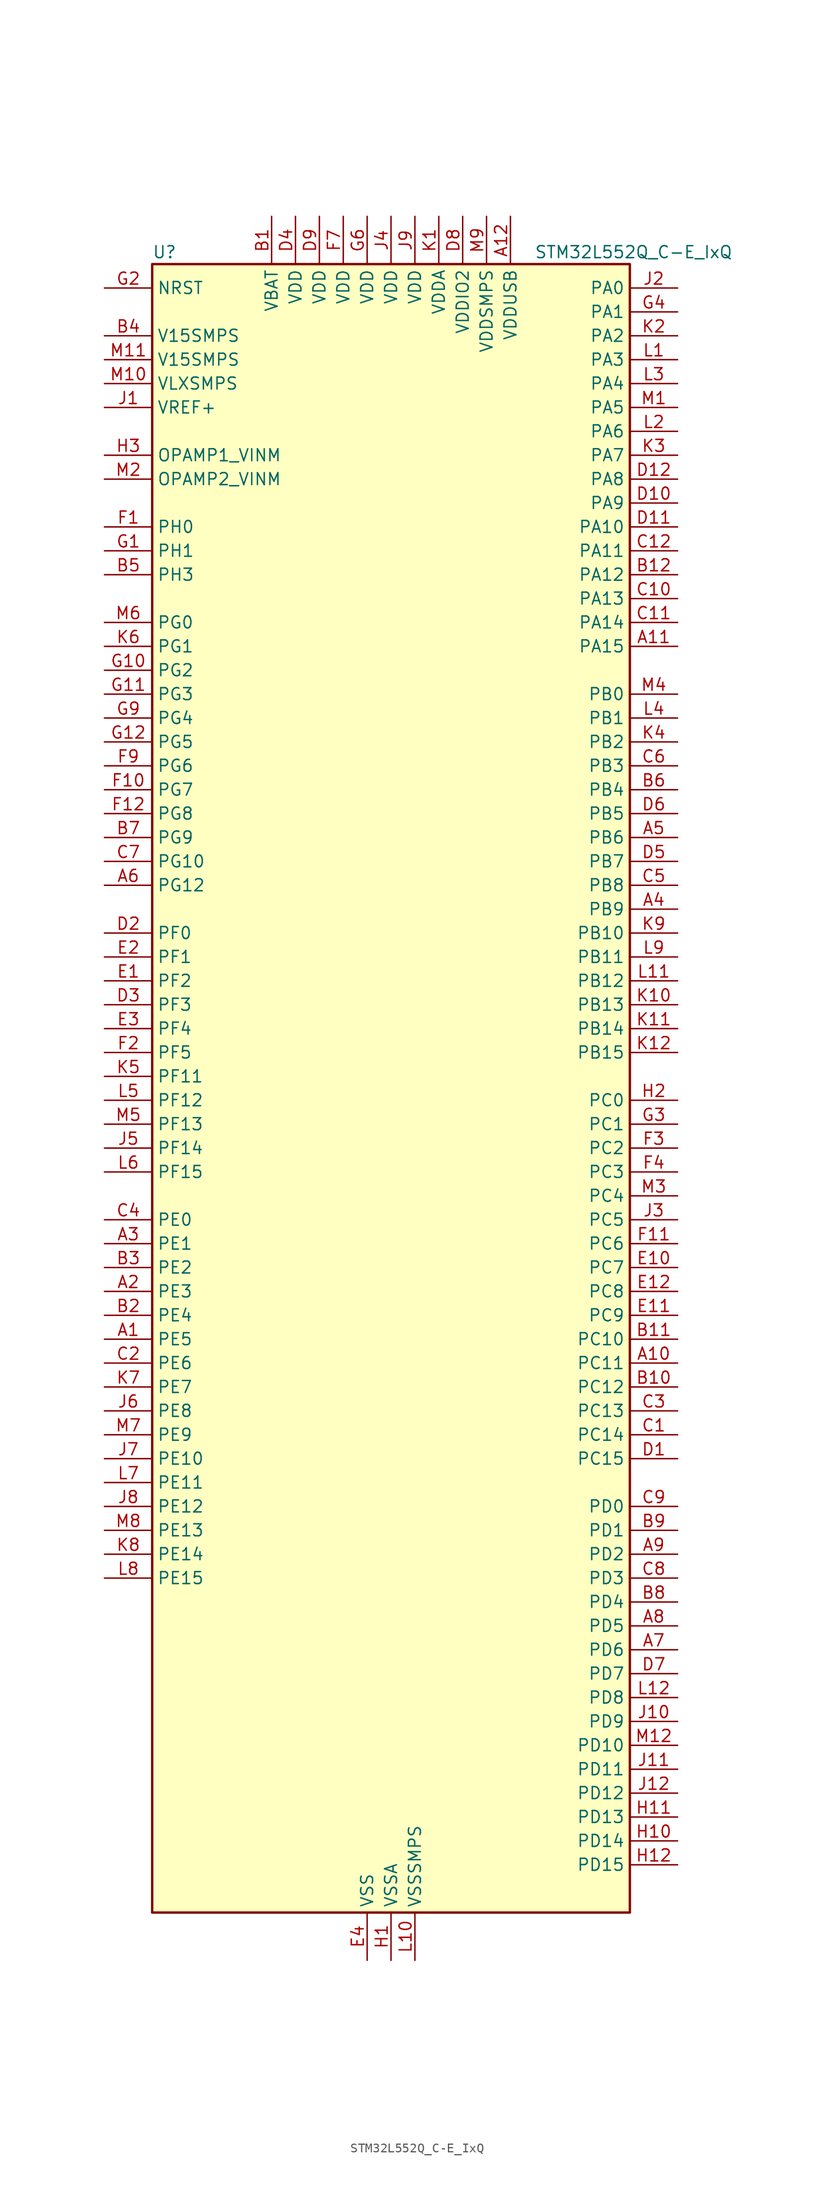
<source format=kicad_sym>
(kicad_symbol_lib
  (version 20231120)
  (generator "kicad_symbol_editor")
  (generator_version "8.0")
  (symbol "STM32L552Q_C-E_IxQ"
    (property "Reference" "U"
      (at -25.4 90.17 0)
      (effects (font (size 1.27 1.27)) (justify left)))
    (property "Value" "STM32L552Q_C-E_IxQ"
      (at 15.24 90.17 0)
      (effects (font (size 1.27 1.27)) (justify left)))
    (property "ki_locked" ""
      (at 0 0 0)
      (effects (font (size 1.27 1.27))))
    (symbol "STM32L552Q_C-E_IxQ_0_1"
      (rectangle (start -25.4 -86.36) (end 25.4 88.9) (stroke (width 0.254) (type default)) (fill (type background))))
    (symbol "STM32L552Q_C-E_IxQ_1_1"
      (pin bidirectional line (at -30.48 -25.4 0) (length 5.08) (name "PE5" (effects (font (size 1.27 1.27)))) (number "A1" (effects (font (size 1.27 1.27)))) (alternate "DEBUG_TRACED2" bidirectional line) (alternate "DFSDM1_CKIN3" bidirectional line) (alternate "FMC_A21" bidirectional line) (alternate "SAI1_CK2" bidirectional line) (alternate "SAI1_SCK_A" bidirectional line) (alternate "TIM3_CH3" bidirectional line) (alternate "TSC_G7_IO4" bidirectional line))
      (pin bidirectional line (at 30.48 -27.94 180) (length 5.08) (name "PC11" (effects (font (size 1.27 1.27)))) (number "A10" (effects (font (size 1.27 1.27)))) (alternate "ADC1_EXTI11" bidirectional line) (alternate "ADC2_EXTI11" bidirectional line) (alternate "LPTIM3_IN1" bidirectional line) (alternate "OCTOSPI1_NCS" bidirectional line) (alternate "SAI2_MCLK_B" bidirectional line) (alternate "SDMMC1_D3" bidirectional line) (alternate "SPI3_MISO" bidirectional line) (alternate "TSC_G3_IO3" bidirectional line) (alternate "UART4_RX" bidirectional line) (alternate "UCPD1_FRSTX2" bidirectional line) (alternate "USART3_RX" bidirectional line))
      (pin bidirectional line (at 30.48 48.26 180) (length 5.08) (name "PA15" (effects (font (size 1.27 1.27)))) (number "A11" (effects (font (size 1.27 1.27)))) (alternate "ADC1_EXTI15" bidirectional line) (alternate "ADC2_EXTI15" bidirectional line) (alternate "DEBUG_JTDI" bidirectional line) (alternate "SAI2_FS_B" bidirectional line) (alternate "SPI1_NSS" bidirectional line) (alternate "SPI3_NSS" bidirectional line) (alternate "TIM2_CH1" bidirectional line) (alternate "TIM2_ETR" bidirectional line) (alternate "UART4_DE" bidirectional line) (alternate "UART4_RTS" bidirectional line) (alternate "UCPD1_CC1" bidirectional line) (alternate "USART2_RX" bidirectional line) (alternate "USART3_DE" bidirectional line) (alternate "USART3_RTS" bidirectional line))
      (pin power_in line (at 12.7 93.98 270) (length 5.08) (name "VDDUSB" (effects (font (size 1.27 1.27)))) (number "A12" (effects (font (size 1.27 1.27)))))
      (pin bidirectional line (at -30.48 -20.32 0) (length 5.08) (name "PE3" (effects (font (size 1.27 1.27)))) (number "A2" (effects (font (size 1.27 1.27)))) (alternate "DEBUG_TRACED0" bidirectional line) (alternate "FMC_A19" bidirectional line) (alternate "OCTOSPI1_DQS" bidirectional line) (alternate "SAI1_SD_B" bidirectional line) (alternate "TIM3_CH1" bidirectional line) (alternate "TSC_G7_IO2" bidirectional line))
      (pin bidirectional line (at -30.48 -15.24 0) (length 5.08) (name "PE1" (effects (font (size 1.27 1.27)))) (number "A3" (effects (font (size 1.27 1.27)))) (alternate "FMC_NBL1" bidirectional line) (alternate "TIM17_CH1" bidirectional line))
      (pin bidirectional line (at 30.48 20.32 180) (length 5.08) (name "PB9" (effects (font (size 1.27 1.27)))) (number "A4" (effects (font (size 1.27 1.27)))) (alternate "DAC1_EXTI9" bidirectional line) (alternate "FDCAN1_TX" bidirectional line) (alternate "I2C1_SDA" bidirectional line) (alternate "IR_OUT" bidirectional line) (alternate "SAI1_D2" bidirectional line) (alternate "SAI1_FS_A" bidirectional line) (alternate "SDMMC1_CDIR" bidirectional line) (alternate "SDMMC1_D5" bidirectional line) (alternate "SPI2_NSS" bidirectional line) (alternate "TIM17_CH1" bidirectional line) (alternate "TIM4_CH4" bidirectional line))
      (pin bidirectional line (at 30.48 27.94 180) (length 5.08) (name "PB6" (effects (font (size 1.27 1.27)))) (number "A5" (effects (font (size 1.27 1.27)))) (alternate "COMP2_INP" bidirectional line) (alternate "I2C1_SCL" bidirectional line) (alternate "I2C4_SCL" bidirectional line) (alternate "LPTIM1_ETR" bidirectional line) (alternate "SAI1_FS_B" bidirectional line) (alternate "TIM16_CH1N" bidirectional line) (alternate "TIM4_CH1" bidirectional line) (alternate "TIM8_BKIN2" bidirectional line) (alternate "TSC_G2_IO3" bidirectional line) (alternate "USART1_TX" bidirectional line))
      (pin bidirectional line (at -30.48 22.86 0) (length 5.08) (name "PG12" (effects (font (size 1.27 1.27)))) (number "A6" (effects (font (size 1.27 1.27)))) (alternate "FMC_NE4" bidirectional line) (alternate "LPTIM1_ETR" bidirectional line) (alternate "SAI2_SD_A" bidirectional line) (alternate "SPI3_NSS" bidirectional line) (alternate "USART1_DE" bidirectional line) (alternate "USART1_RTS" bidirectional line))
      (pin bidirectional line (at 30.48 -58.42 180) (length 5.08) (name "PD6" (effects (font (size 1.27 1.27)))) (number "A7" (effects (font (size 1.27 1.27)))) (alternate "DFSDM1_DATIN1" bidirectional line) (alternate "FMC_NWAIT" bidirectional line) (alternate "OCTOSPI1_IO6" bidirectional line) (alternate "SAI1_D1" bidirectional line) (alternate "SAI1_SD_A" bidirectional line) (alternate "SPI3_MOSI" bidirectional line) (alternate "USART2_RX" bidirectional line))
      (pin bidirectional line (at 30.48 -55.88 180) (length 5.08) (name "PD5" (effects (font (size 1.27 1.27)))) (number "A8" (effects (font (size 1.27 1.27)))) (alternate "FMC_NWE" bidirectional line) (alternate "OCTOSPI1_IO5" bidirectional line) (alternate "USART2_TX" bidirectional line))
      (pin bidirectional line (at 30.48 -48.26 180) (length 5.08) (name "PD2" (effects (font (size 1.27 1.27)))) (number "A9" (effects (font (size 1.27 1.27)))) (alternate "DEBUG_TRACED2" bidirectional line) (alternate "SDMMC1_CMD" bidirectional line) (alternate "TIM3_ETR" bidirectional line) (alternate "TSC_SYNC" bidirectional line) (alternate "UART5_RX" bidirectional line) (alternate "USART3_DE" bidirectional line) (alternate "USART3_RTS" bidirectional line))
      (pin power_in line (at -12.7 93.98 270) (length 5.08) (name "VBAT" (effects (font (size 1.27 1.27)))) (number "B1" (effects (font (size 1.27 1.27)))))
      (pin bidirectional line (at 30.48 -30.48 180) (length 5.08) (name "PC12" (effects (font (size 1.27 1.27)))) (number "B10" (effects (font (size 1.27 1.27)))) (alternate "DEBUG_TRACED3" bidirectional line) (alternate "SAI2_SD_B" bidirectional line) (alternate "SDMMC1_CK" bidirectional line) (alternate "SPI3_MOSI" bidirectional line) (alternate "TSC_G3_IO4" bidirectional line) (alternate "UART5_TX" bidirectional line) (alternate "USART3_CK" bidirectional line))
      (pin bidirectional line (at 30.48 -25.4 180) (length 5.08) (name "PC10" (effects (font (size 1.27 1.27)))) (number "B11" (effects (font (size 1.27 1.27)))) (alternate "DEBUG_TRACED1" bidirectional line) (alternate "LPTIM3_ETR" bidirectional line) (alternate "SAI2_SCK_B" bidirectional line) (alternate "SDMMC1_D2" bidirectional line) (alternate "SPI3_SCK" bidirectional line) (alternate "TSC_G3_IO2" bidirectional line) (alternate "UART4_TX" bidirectional line) (alternate "USART3_TX" bidirectional line))
      (pin bidirectional line (at 30.48 55.88 180) (length 5.08) (name "PA12" (effects (font (size 1.27 1.27)))) (number "B12" (effects (font (size 1.27 1.27)))) (alternate "FDCAN1_TX" bidirectional line) (alternate "SPI1_MOSI" bidirectional line) (alternate "TIM1_ETR" bidirectional line) (alternate "USART1_DE" bidirectional line) (alternate "USART1_RTS" bidirectional line) (alternate "USB_DP" bidirectional line))
      (pin bidirectional line (at -30.48 -22.86 0) (length 5.08) (name "PE4" (effects (font (size 1.27 1.27)))) (number "B2" (effects (font (size 1.27 1.27)))) (alternate "DEBUG_TRACED1" bidirectional line) (alternate "DFSDM1_DATIN3" bidirectional line) (alternate "FMC_A20" bidirectional line) (alternate "SAI1_D2" bidirectional line) (alternate "SAI1_FS_A" bidirectional line) (alternate "TIM3_CH2" bidirectional line) (alternate "TSC_G7_IO3" bidirectional line))
      (pin bidirectional line (at -30.48 -17.78 0) (length 5.08) (name "PE2" (effects (font (size 1.27 1.27)))) (number "B3" (effects (font (size 1.27 1.27)))) (alternate "DEBUG_TRACECLK" bidirectional line) (alternate "FMC_A23" bidirectional line) (alternate "SAI1_CK1" bidirectional line) (alternate "SAI1_MCLK_A" bidirectional line) (alternate "TIM3_ETR" bidirectional line) (alternate "TSC_G7_IO1" bidirectional line))
      (pin power_in line (at -30.48 81.28 0) (length 5.08) (name "V15SMPS" (effects (font (size 1.27 1.27)))) (number "B4" (effects (font (size 1.27 1.27)))))
      (pin bidirectional line (at -30.48 55.88 0) (length 5.08) (name "PH3" (effects (font (size 1.27 1.27)))) (number "B5" (effects (font (size 1.27 1.27)))))
      (pin bidirectional line (at 30.48 33.02 180) (length 5.08) (name "PB4" (effects (font (size 1.27 1.27)))) (number "B6" (effects (font (size 1.27 1.27)))) (alternate "COMP2_INP" bidirectional line) (alternate "DEBUG_JTRST" bidirectional line) (alternate "I2C3_SDA" bidirectional line) (alternate "SAI1_MCLK_B" bidirectional line) (alternate "SPI1_MISO" bidirectional line) (alternate "SPI3_MISO" bidirectional line) (alternate "TIM17_BKIN" bidirectional line) (alternate "TIM3_CH1" bidirectional line) (alternate "TSC_G2_IO1" bidirectional line) (alternate "UART5_DE" bidirectional line) (alternate "UART5_RTS" bidirectional line) (alternate "USART1_CTS" bidirectional line) (alternate "USART1_NSS" bidirectional line))
      (pin bidirectional line (at -30.48 27.94 0) (length 5.08) (name "PG9" (effects (font (size 1.27 1.27)))) (number "B7" (effects (font (size 1.27 1.27)))) (alternate "DAC1_EXTI9" bidirectional line) (alternate "FMC_NCE" bidirectional line) (alternate "FMC_NE2" bidirectional line) (alternate "SAI2_SCK_A" bidirectional line) (alternate "SPI3_SCK" bidirectional line) (alternate "TIM15_CH1N" bidirectional line) (alternate "USART1_TX" bidirectional line))
      (pin bidirectional line (at 30.48 -53.34 180) (length 5.08) (name "PD4" (effects (font (size 1.27 1.27)))) (number "B8" (effects (font (size 1.27 1.27)))) (alternate "DFSDM1_CKIN0" bidirectional line) (alternate "FMC_NOE" bidirectional line) (alternate "OCTOSPI1_IO4" bidirectional line) (alternate "SPI2_MOSI" bidirectional line) (alternate "USART2_DE" bidirectional line) (alternate "USART2_RTS" bidirectional line))
      (pin bidirectional line (at 30.48 -45.72 180) (length 5.08) (name "PD1" (effects (font (size 1.27 1.27)))) (number "B9" (effects (font (size 1.27 1.27)))) (alternate "FDCAN1_TX" bidirectional line) (alternate "FMC_D3" bidirectional line) (alternate "FMC_DA3" bidirectional line) (alternate "SPI2_SCK" bidirectional line))
      (pin bidirectional line (at 30.48 -35.56 180) (length 5.08) (name "PC14" (effects (font (size 1.27 1.27)))) (number "C1" (effects (font (size 1.27 1.27)))) (alternate "RCC_OSC32_IN" bidirectional line))
      (pin bidirectional line (at 30.48 53.34 180) (length 5.08) (name "PA13" (effects (font (size 1.27 1.27)))) (number "C10" (effects (font (size 1.27 1.27)))) (alternate "DEBUG_JTMS-SWDIO" bidirectional line) (alternate "IR_OUT" bidirectional line) (alternate "SAI1_SD_B" bidirectional line) (alternate "USB_NOE" bidirectional line))
      (pin bidirectional line (at 30.48 50.8 180) (length 5.08) (name "PA14" (effects (font (size 1.27 1.27)))) (number "C11" (effects (font (size 1.27 1.27)))) (alternate "DEBUG_JTCK-SWCLK" bidirectional line) (alternate "I2C1_SMBA" bidirectional line) (alternate "I2C4_SMBA" bidirectional line) (alternate "LPTIM1_OUT" bidirectional line) (alternate "SAI1_FS_B" bidirectional line))
      (pin bidirectional line (at 30.48 58.42 180) (length 5.08) (name "PA11" (effects (font (size 1.27 1.27)))) (number "C12" (effects (font (size 1.27 1.27)))) (alternate "ADC1_EXTI11" bidirectional line) (alternate "ADC2_EXTI11" bidirectional line) (alternate "FDCAN1_RX" bidirectional line) (alternate "SPI1_MISO" bidirectional line) (alternate "TIM1_BKIN2" bidirectional line) (alternate "TIM1_CH4" bidirectional line) (alternate "USART1_CTS" bidirectional line) (alternate "USART1_NSS" bidirectional line) (alternate "USB_DM" bidirectional line))
      (pin bidirectional line (at -30.48 -27.94 0) (length 5.08) (name "PE6" (effects (font (size 1.27 1.27)))) (number "C2" (effects (font (size 1.27 1.27)))) (alternate "DEBUG_TRACED3" bidirectional line) (alternate "FMC_A22" bidirectional line) (alternate "PWR_WKUP3" bidirectional line) (alternate "SAI1_D1" bidirectional line) (alternate "SAI1_SD_A" bidirectional line) (alternate "TAMP_IN3" bidirectional line) (alternate "TAMP_OUT6" bidirectional line) (alternate "TIM3_CH4" bidirectional line))
      (pin bidirectional line (at 30.48 -33.02 180) (length 5.08) (name "PC13" (effects (font (size 1.27 1.27)))) (number "C3" (effects (font (size 1.27 1.27)))) (alternate "PWR_WKUP2" bidirectional line) (alternate "RTC_OUT1" bidirectional line) (alternate "RTC_TS" bidirectional line) (alternate "TAMP_IN1" bidirectional line) (alternate "TAMP_OUT2" bidirectional line))
      (pin bidirectional line (at -30.48 -12.7 0) (length 5.08) (name "PE0" (effects (font (size 1.27 1.27)))) (number "C4" (effects (font (size 1.27 1.27)))) (alternate "FMC_NBL0" bidirectional line) (alternate "TIM16_CH1" bidirectional line) (alternate "TIM4_ETR" bidirectional line))
      (pin bidirectional line (at 30.48 22.86 180) (length 5.08) (name "PB8" (effects (font (size 1.27 1.27)))) (number "C5" (effects (font (size 1.27 1.27)))) (alternate "DFSDM1_CKOUT" bidirectional line) (alternate "FDCAN1_RX" bidirectional line) (alternate "I2C1_SCL" bidirectional line) (alternate "SAI1_CK1" bidirectional line) (alternate "SAI1_MCLK_A" bidirectional line) (alternate "SDMMC1_CKIN" bidirectional line) (alternate "SDMMC1_D4" bidirectional line) (alternate "TIM16_CH1" bidirectional line) (alternate "TIM4_CH3" bidirectional line))
      (pin bidirectional line (at 30.48 35.56 180) (length 5.08) (name "PB3" (effects (font (size 1.27 1.27)))) (number "C6" (effects (font (size 1.27 1.27)))) (alternate "COMP2_INM" bidirectional line) (alternate "CRS_SYNC" bidirectional line) (alternate "DEBUG_JTDO-SWO" bidirectional line) (alternate "SAI1_SCK_B" bidirectional line) (alternate "SPI1_SCK" bidirectional line) (alternate "SPI3_SCK" bidirectional line) (alternate "TIM2_CH2" bidirectional line) (alternate "USART1_DE" bidirectional line) (alternate "USART1_RTS" bidirectional line))
      (pin bidirectional line (at -30.48 25.4 0) (length 5.08) (name "PG10" (effects (font (size 1.27 1.27)))) (number "C7" (effects (font (size 1.27 1.27)))) (alternate "FMC_NE3" bidirectional line) (alternate "LPTIM1_IN1" bidirectional line) (alternate "SAI2_FS_A" bidirectional line) (alternate "SPI3_MISO" bidirectional line) (alternate "TIM15_CH1" bidirectional line) (alternate "USART1_RX" bidirectional line))
      (pin bidirectional line (at 30.48 -50.8 180) (length 5.08) (name "PD3" (effects (font (size 1.27 1.27)))) (number "C8" (effects (font (size 1.27 1.27)))) (alternate "DFSDM1_DATIN0" bidirectional line) (alternate "FMC_CLK" bidirectional line) (alternate "SPI2_MISO" bidirectional line) (alternate "SPI2_SCK" bidirectional line) (alternate "USART2_CTS" bidirectional line) (alternate "USART2_NSS" bidirectional line))
      (pin bidirectional line (at 30.48 -43.18 180) (length 5.08) (name "PD0" (effects (font (size 1.27 1.27)))) (number "C9" (effects (font (size 1.27 1.27)))) (alternate "FDCAN1_RX" bidirectional line) (alternate "FMC_D2" bidirectional line) (alternate "FMC_DA2" bidirectional line) (alternate "SPI2_NSS" bidirectional line))
      (pin bidirectional line (at 30.48 -38.1 180) (length 5.08) (name "PC15" (effects (font (size 1.27 1.27)))) (number "D1" (effects (font (size 1.27 1.27)))) (alternate "ADC1_EXTI15" bidirectional line) (alternate "ADC2_EXTI15" bidirectional line) (alternate "RCC_OSC32_OUT" bidirectional line))
      (pin bidirectional line (at 30.48 63.5 180) (length 5.08) (name "PA9" (effects (font (size 1.27 1.27)))) (number "D10" (effects (font (size 1.27 1.27)))) (alternate "DAC1_EXTI9" bidirectional line) (alternate "SAI1_FS_A" bidirectional line) (alternate "SPI2_SCK" bidirectional line) (alternate "TIM15_BKIN" bidirectional line) (alternate "TIM1_CH2" bidirectional line) (alternate "USART1_TX" bidirectional line))
      (pin bidirectional line (at 30.48 60.96 180) (length 5.08) (name "PA10" (effects (font (size 1.27 1.27)))) (number "D11" (effects (font (size 1.27 1.27)))) (alternate "CRS_SYNC" bidirectional line) (alternate "SAI1_D1" bidirectional line) (alternate "SAI1_SD_A" bidirectional line) (alternate "TIM17_BKIN" bidirectional line) (alternate "TIM1_CH3" bidirectional line) (alternate "USART1_RX" bidirectional line))
      (pin bidirectional line (at 30.48 66.04 180) (length 5.08) (name "PA8" (effects (font (size 1.27 1.27)))) (number "D12" (effects (font (size 1.27 1.27)))) (alternate "LPTIM2_OUT" bidirectional line) (alternate "RCC_MCO" bidirectional line) (alternate "SAI1_CK2" bidirectional line) (alternate "SAI1_SCK_A" bidirectional line) (alternate "TIM1_CH1" bidirectional line) (alternate "USART1_CK" bidirectional line))
      (pin bidirectional line (at -30.48 17.78 0) (length 5.08) (name "PF0" (effects (font (size 1.27 1.27)))) (number "D2" (effects (font (size 1.27 1.27)))) (alternate "FMC_A0" bidirectional line) (alternate "I2C2_SDA" bidirectional line))
      (pin bidirectional line (at -30.48 10.16 0) (length 5.08) (name "PF3" (effects (font (size 1.27 1.27)))) (number "D3" (effects (font (size 1.27 1.27)))) (alternate "FMC_A3" bidirectional line) (alternate "LPTIM3_IN1" bidirectional line))
      (pin power_in line (at -10.16 93.98 270) (length 5.08) (name "VDD" (effects (font (size 1.27 1.27)))) (number "D4" (effects (font (size 1.27 1.27)))))
      (pin bidirectional line (at 30.48 25.4 180) (length 5.08) (name "PB7" (effects (font (size 1.27 1.27)))) (number "D5" (effects (font (size 1.27 1.27)))) (alternate "COMP2_INM" bidirectional line) (alternate "FMC_NL" bidirectional line) (alternate "I2C1_SDA" bidirectional line) (alternate "I2C4_SDA" bidirectional line) (alternate "LPTIM1_IN2" bidirectional line) (alternate "PWR_PVD_IN" bidirectional line) (alternate "TIM17_CH1N" bidirectional line) (alternate "TIM4_CH2" bidirectional line) (alternate "TIM8_BKIN" bidirectional line) (alternate "TSC_G2_IO4" bidirectional line) (alternate "UART4_CTS" bidirectional line) (alternate "USART1_RX" bidirectional line))
      (pin bidirectional line (at 30.48 30.48 180) (length 5.08) (name "PB5" (effects (font (size 1.27 1.27)))) (number "D6" (effects (font (size 1.27 1.27)))) (alternate "COMP2_OUT" bidirectional line) (alternate "I2C1_SMBA" bidirectional line) (alternate "LPTIM1_IN1" bidirectional line) (alternate "OCTOSPI1_NCLK" bidirectional line) (alternate "SAI1_SD_B" bidirectional line) (alternate "SPI1_MOSI" bidirectional line) (alternate "SPI3_MOSI" bidirectional line) (alternate "TIM16_BKIN" bidirectional line) (alternate "TIM3_CH2" bidirectional line) (alternate "TSC_G2_IO2" bidirectional line) (alternate "UART5_CTS" bidirectional line) (alternate "UCPD1_DBCC1" bidirectional line) (alternate "USART1_CK" bidirectional line))
      (pin bidirectional line (at 30.48 -60.96 180) (length 5.08) (name "PD7" (effects (font (size 1.27 1.27)))) (number "D7" (effects (font (size 1.27 1.27)))) (alternate "DFSDM1_CKIN1" bidirectional line) (alternate "FMC_NCE" bidirectional line) (alternate "FMC_NE1" bidirectional line) (alternate "OCTOSPI1_IO7" bidirectional line) (alternate "USART2_CK" bidirectional line))
      (pin power_in line (at 7.62 93.98 270) (length 5.08) (name "VDDIO2" (effects (font (size 1.27 1.27)))) (number "D8" (effects (font (size 1.27 1.27)))))
      (pin power_in line (at -7.62 93.98 270) (length 5.08) (name "VDD" (effects (font (size 1.27 1.27)))) (number "D9" (effects (font (size 1.27 1.27)))))
      (pin bidirectional line (at -30.48 12.7 0) (length 5.08) (name "PF2" (effects (font (size 1.27 1.27)))) (number "E1" (effects (font (size 1.27 1.27)))) (alternate "FMC_A2" bidirectional line) (alternate "I2C2_SMBA" bidirectional line))
      (pin bidirectional line (at 30.48 -17.78 180) (length 5.08) (name "PC7" (effects (font (size 1.27 1.27)))) (number "E10" (effects (font (size 1.27 1.27)))) (alternate "DFSDM1_DATIN3" bidirectional line) (alternate "SAI2_MCLK_B" bidirectional line) (alternate "SDMMC1_D123DIR" bidirectional line) (alternate "SDMMC1_D7" bidirectional line) (alternate "TIM3_CH2" bidirectional line) (alternate "TIM8_CH2" bidirectional line) (alternate "TSC_G4_IO2" bidirectional line))
      (pin bidirectional line (at 30.48 -22.86 180) (length 5.08) (name "PC9" (effects (font (size 1.27 1.27)))) (number "E11" (effects (font (size 1.27 1.27)))) (alternate "DAC1_EXTI9" bidirectional line) (alternate "DEBUG_TRACED0" bidirectional line) (alternate "SAI2_EXTCLK" bidirectional line) (alternate "SDMMC1_D1" bidirectional line) (alternate "TIM3_CH4" bidirectional line) (alternate "TIM8_BKIN2" bidirectional line) (alternate "TIM8_CH4" bidirectional line) (alternate "TSC_G4_IO4" bidirectional line) (alternate "USB_NOE" bidirectional line))
      (pin bidirectional line (at 30.48 -20.32 180) (length 5.08) (name "PC8" (effects (font (size 1.27 1.27)))) (number "E12" (effects (font (size 1.27 1.27)))) (alternate "SDMMC1_D0" bidirectional line) (alternate "TIM3_CH3" bidirectional line) (alternate "TIM8_CH3" bidirectional line) (alternate "TSC_G4_IO3" bidirectional line))
      (pin bidirectional line (at -30.48 15.24 0) (length 5.08) (name "PF1" (effects (font (size 1.27 1.27)))) (number "E2" (effects (font (size 1.27 1.27)))) (alternate "FMC_A1" bidirectional line) (alternate "I2C2_SCL" bidirectional line))
      (pin bidirectional line (at -30.48 7.62 0) (length 5.08) (name "PF4" (effects (font (size 1.27 1.27)))) (number "E3" (effects (font (size 1.27 1.27)))) (alternate "FMC_A4" bidirectional line) (alternate "LPTIM3_ETR" bidirectional line))
      (pin power_in line (at -2.54 -91.44 90) (length 5.08) (name "VSS" (effects (font (size 1.27 1.27)))) (number "E4" (effects (font (size 1.27 1.27)))))
      (pin passive line (at -2.54 -91.44 90) (length 5.08) hide (name "VSS" (effects (font (size 1.27 1.27)))) (number "E9" (effects (font (size 1.27 1.27)))))
      (pin bidirectional line (at -30.48 60.96 0) (length 5.08) (name "PH0" (effects (font (size 1.27 1.27)))) (number "F1" (effects (font (size 1.27 1.27)))) (alternate "RCC_OSC_IN" bidirectional line))
      (pin bidirectional line (at -30.48 33.02 0) (length 5.08) (name "PG7" (effects (font (size 1.27 1.27)))) (number "F10" (effects (font (size 1.27 1.27)))) (alternate "DFSDM1_CKOUT" bidirectional line) (alternate "FMC_INT" bidirectional line) (alternate "I2C3_SCL" bidirectional line) (alternate "LPUART1_TX" bidirectional line) (alternate "SAI1_CK1" bidirectional line) (alternate "SAI1_MCLK_A" bidirectional line) (alternate "UCPD1_FRSTX2" bidirectional line))
      (pin bidirectional line (at 30.48 -15.24 180) (length 5.08) (name "PC6" (effects (font (size 1.27 1.27)))) (number "F11" (effects (font (size 1.27 1.27)))) (alternate "DFSDM1_CKIN3" bidirectional line) (alternate "SAI2_MCLK_A" bidirectional line) (alternate "SDMMC1_D0DIR" bidirectional line) (alternate "SDMMC1_D6" bidirectional line) (alternate "TIM3_CH1" bidirectional line) (alternate "TIM8_CH1" bidirectional line) (alternate "TSC_G4_IO1" bidirectional line))
      (pin bidirectional line (at -30.48 30.48 0) (length 5.08) (name "PG8" (effects (font (size 1.27 1.27)))) (number "F12" (effects (font (size 1.27 1.27)))) (alternate "I2C3_SDA" bidirectional line) (alternate "LPUART1_RX" bidirectional line))
      (pin bidirectional line (at -30.48 5.08 0) (length 5.08) (name "PF5" (effects (font (size 1.27 1.27)))) (number "F2" (effects (font (size 1.27 1.27)))) (alternate "FMC_A5" bidirectional line) (alternate "LPTIM3_OUT" bidirectional line))
      (pin bidirectional line (at 30.48 -5.08 180) (length 5.08) (name "PC2" (effects (font (size 1.27 1.27)))) (number "F3" (effects (font (size 1.27 1.27)))) (alternate "ADC1_IN3" bidirectional line) (alternate "ADC2_IN3" bidirectional line) (alternate "DFSDM1_CKOUT" bidirectional line) (alternate "LPTIM1_IN2" bidirectional line) (alternate "OCTOSPI1_IO5" bidirectional line) (alternate "SPI2_MISO" bidirectional line))
      (pin bidirectional line (at 30.48 -7.62 180) (length 5.08) (name "PC3" (effects (font (size 1.27 1.27)))) (number "F4" (effects (font (size 1.27 1.27)))) (alternate "ADC1_IN4" bidirectional line) (alternate "ADC2_IN4" bidirectional line) (alternate "LPTIM1_ETR" bidirectional line) (alternate "LPTIM2_ETR" bidirectional line) (alternate "LPTIM3_OUT" bidirectional line) (alternate "OCTOSPI1_IO6" bidirectional line) (alternate "SAI1_D1" bidirectional line) (alternate "SAI1_SD_A" bidirectional line) (alternate "SPI2_MOSI" bidirectional line))
      (pin passive line (at -2.54 -91.44 90) (length 5.08) hide (name "VSS" (effects (font (size 1.27 1.27)))) (number "F6" (effects (font (size 1.27 1.27)))))
      (pin power_in line (at -5.08 93.98 270) (length 5.08) (name "VDD" (effects (font (size 1.27 1.27)))) (number "F7" (effects (font (size 1.27 1.27)))))
      (pin bidirectional line (at -30.48 35.56 0) (length 5.08) (name "PG6" (effects (font (size 1.27 1.27)))) (number "F9" (effects (font (size 1.27 1.27)))) (alternate "I2C3_SMBA" bidirectional line) (alternate "LPUART1_DE" bidirectional line) (alternate "LPUART1_RTS" bidirectional line) (alternate "OCTOSPI1_DQS" bidirectional line) (alternate "UCPD1_FRSTX1" bidirectional line))
      (pin bidirectional line (at -30.48 58.42 0) (length 5.08) (name "PH1" (effects (font (size 1.27 1.27)))) (number "G1" (effects (font (size 1.27 1.27)))) (alternate "RCC_OSC_OUT" bidirectional line))
      (pin bidirectional line (at -30.48 45.72 0) (length 5.08) (name "PG2" (effects (font (size 1.27 1.27)))) (number "G10" (effects (font (size 1.27 1.27)))) (alternate "FMC_A12" bidirectional line) (alternate "SAI2_SCK_B" bidirectional line) (alternate "SPI1_SCK" bidirectional line))
      (pin bidirectional line (at -30.48 43.18 0) (length 5.08) (name "PG3" (effects (font (size 1.27 1.27)))) (number "G11" (effects (font (size 1.27 1.27)))) (alternate "FMC_A13" bidirectional line) (alternate "SAI2_FS_B" bidirectional line) (alternate "SPI1_MISO" bidirectional line))
      (pin bidirectional line (at -30.48 38.1 0) (length 5.08) (name "PG5" (effects (font (size 1.27 1.27)))) (number "G12" (effects (font (size 1.27 1.27)))) (alternate "FMC_A15" bidirectional line) (alternate "LPUART1_CTS" bidirectional line) (alternate "SAI2_SD_B" bidirectional line) (alternate "SPI1_NSS" bidirectional line))
      (pin input line (at -30.48 86.36 0) (length 5.08) (name "NRST" (effects (font (size 1.27 1.27)))) (number "G2" (effects (font (size 1.27 1.27)))))
      (pin bidirectional line (at 30.48 -2.54 180) (length 5.08) (name "PC1" (effects (font (size 1.27 1.27)))) (number "G3" (effects (font (size 1.27 1.27)))) (alternate "ADC1_IN2" bidirectional line) (alternate "ADC2_IN2" bidirectional line) (alternate "DEBUG_TRACED0" bidirectional line) (alternate "I2C3_SDA" bidirectional line) (alternate "LPTIM1_OUT" bidirectional line) (alternate "LPUART1_TX" bidirectional line) (alternate "OCTOSPI1_IO4" bidirectional line) (alternate "SAI1_SD_A" bidirectional line) (alternate "SPI2_MOSI" bidirectional line))
      (pin bidirectional line (at 30.48 83.82 180) (length 5.08) (name "PA1" (effects (font (size 1.27 1.27)))) (number "G4" (effects (font (size 1.27 1.27)))) (alternate "ADC1_IN6" bidirectional line) (alternate "ADC2_IN6" bidirectional line) (alternate "I2C1_SMBA" bidirectional line) (alternate "OCTOSPI1_DQS" bidirectional line) (alternate "OPAMP1_VINM" bidirectional line) (alternate "SPI1_SCK" bidirectional line) (alternate "TAMP_IN5" bidirectional line) (alternate "TAMP_OUT4" bidirectional line) (alternate "TIM15_CH1N" bidirectional line) (alternate "TIM2_CH2" bidirectional line) (alternate "TIM5_CH2" bidirectional line) (alternate "UART4_RX" bidirectional line) (alternate "USART2_DE" bidirectional line) (alternate "USART2_RTS" bidirectional line))
      (pin power_in line (at -2.54 93.98 270) (length 5.08) (name "VDD" (effects (font (size 1.27 1.27)))) (number "G6" (effects (font (size 1.27 1.27)))))
      (pin passive line (at -2.54 -91.44 90) (length 5.08) hide (name "VSS" (effects (font (size 1.27 1.27)))) (number "G7" (effects (font (size 1.27 1.27)))))
      (pin bidirectional line (at -30.48 40.64 0) (length 5.08) (name "PG4" (effects (font (size 1.27 1.27)))) (number "G9" (effects (font (size 1.27 1.27)))) (alternate "FMC_A14" bidirectional line) (alternate "SAI2_MCLK_B" bidirectional line) (alternate "SPI1_MOSI" bidirectional line))
      (pin power_in line (at 0 -91.44 90) (length 5.08) (name "VSSA" (effects (font (size 1.27 1.27)))) (number "H1" (effects (font (size 1.27 1.27)))))
      (pin bidirectional line (at 30.48 -78.74 180) (length 5.08) (name "PD14" (effects (font (size 1.27 1.27)))) (number "H10" (effects (font (size 1.27 1.27)))) (alternate "FMC_D0" bidirectional line) (alternate "FMC_DA0" bidirectional line) (alternate "TIM4_CH3" bidirectional line))
      (pin bidirectional line (at 30.48 -76.2 180) (length 5.08) (name "PD13" (effects (font (size 1.27 1.27)))) (number "H11" (effects (font (size 1.27 1.27)))) (alternate "FMC_A18" bidirectional line) (alternate "I2C4_SDA" bidirectional line) (alternate "LPTIM2_OUT" bidirectional line) (alternate "TIM4_CH2" bidirectional line) (alternate "TSC_G6_IO4" bidirectional line))
      (pin bidirectional line (at 30.48 -81.28 180) (length 5.08) (name "PD15" (effects (font (size 1.27 1.27)))) (number "H12" (effects (font (size 1.27 1.27)))) (alternate "ADC1_EXTI15" bidirectional line) (alternate "ADC2_EXTI15" bidirectional line) (alternate "FMC_D1" bidirectional line) (alternate "FMC_DA1" bidirectional line) (alternate "TIM4_CH4" bidirectional line))
      (pin bidirectional line (at 30.48 0 180) (length 5.08) (name "PC0" (effects (font (size 1.27 1.27)))) (number "H2" (effects (font (size 1.27 1.27)))) (alternate "ADC1_IN1" bidirectional line) (alternate "ADC2_IN1" bidirectional line) (alternate "I2C3_SCL" bidirectional line) (alternate "LPTIM1_IN1" bidirectional line) (alternate "LPTIM2_IN1" bidirectional line) (alternate "LPUART1_RX" bidirectional line) (alternate "OCTOSPI1_IO7" bidirectional line) (alternate "SAI2_FS_A" bidirectional line) (alternate "SDMMC1_D5" bidirectional line))
      (pin bidirectional line (at -30.48 68.58 0) (length 5.08) (name "OPAMP1_VINM" (effects (font (size 1.27 1.27)))) (number "H3" (effects (font (size 1.27 1.27)))) (alternate "OPAMP1_VINM" bidirectional line))
      (pin passive line (at -2.54 -91.44 90) (length 5.08) hide (name "VSS" (effects (font (size 1.27 1.27)))) (number "H4" (effects (font (size 1.27 1.27)))))
      (pin passive line (at -2.54 -91.44 90) (length 5.08) hide (name "VSS" (effects (font (size 1.27 1.27)))) (number "H9" (effects (font (size 1.27 1.27)))))
      (pin input line (at -30.48 73.66 0) (length 5.08) (name "VREF+" (effects (font (size 1.27 1.27)))) (number "J1" (effects (font (size 1.27 1.27)))) (alternate "VREFBUF_OUT" bidirectional line))
      (pin bidirectional line (at 30.48 -66.04 180) (length 5.08) (name "PD9" (effects (font (size 1.27 1.27)))) (number "J10" (effects (font (size 1.27 1.27)))) (alternate "DAC1_EXTI9" bidirectional line) (alternate "FMC_D14" bidirectional line) (alternate "FMC_DA14" bidirectional line) (alternate "SAI2_MCLK_A" bidirectional line) (alternate "USART3_RX" bidirectional line))
      (pin bidirectional line (at 30.48 -71.12 180) (length 5.08) (name "PD11" (effects (font (size 1.27 1.27)))) (number "J11" (effects (font (size 1.27 1.27)))) (alternate "ADC1_EXTI11" bidirectional line) (alternate "ADC2_EXTI11" bidirectional line) (alternate "FMC_A16" bidirectional line) (alternate "FMC_CLE" bidirectional line) (alternate "I2C4_SMBA" bidirectional line) (alternate "LPTIM2_ETR" bidirectional line) (alternate "SAI2_SD_A" bidirectional line) (alternate "TSC_G6_IO2" bidirectional line) (alternate "USART3_CTS" bidirectional line) (alternate "USART3_NSS" bidirectional line))
      (pin bidirectional line (at 30.48 -73.66 180) (length 5.08) (name "PD12" (effects (font (size 1.27 1.27)))) (number "J12" (effects (font (size 1.27 1.27)))) (alternate "FMC_A17" bidirectional line) (alternate "FMC_ALE" bidirectional line) (alternate "I2C4_SCL" bidirectional line) (alternate "LPTIM2_IN1" bidirectional line) (alternate "SAI2_FS_A" bidirectional line) (alternate "TIM4_CH1" bidirectional line) (alternate "TSC_G6_IO3" bidirectional line) (alternate "USART3_DE" bidirectional line) (alternate "USART3_RTS" bidirectional line))
      (pin bidirectional line (at 30.48 86.36 180) (length 5.08) (name "PA0" (effects (font (size 1.27 1.27)))) (number "J2" (effects (font (size 1.27 1.27)))) (alternate "ADC1_IN5" bidirectional line) (alternate "ADC2_IN5" bidirectional line) (alternate "OPAMP1_VINP" bidirectional line) (alternate "PWR_WKUP1" bidirectional line) (alternate "SAI1_EXTCLK" bidirectional line) (alternate "TAMP_IN2" bidirectional line) (alternate "TAMP_OUT1" bidirectional line) (alternate "TIM2_CH1" bidirectional line) (alternate "TIM2_ETR" bidirectional line) (alternate "TIM5_CH1" bidirectional line) (alternate "TIM8_ETR" bidirectional line) (alternate "UART4_TX" bidirectional line) (alternate "USART2_CTS" bidirectional line) (alternate "USART2_NSS" bidirectional line))
      (pin bidirectional line (at 30.48 -12.7 180) (length 5.08) (name "PC5" (effects (font (size 1.27 1.27)))) (number "J3" (effects (font (size 1.27 1.27)))) (alternate "ADC1_IN14" bidirectional line) (alternate "ADC2_IN14" bidirectional line) (alternate "COMP1_INP" bidirectional line) (alternate "PWR_WKUP5" bidirectional line) (alternate "SAI1_D3" bidirectional line) (alternate "TAMP_IN4" bidirectional line) (alternate "TAMP_OUT5" bidirectional line) (alternate "USART3_RX" bidirectional line))
      (pin power_in line (at 0 93.98 270) (length 5.08) (name "VDD" (effects (font (size 1.27 1.27)))) (number "J4" (effects (font (size 1.27 1.27)))))
      (pin bidirectional line (at -30.48 -5.08 0) (length 5.08) (name "PF14" (effects (font (size 1.27 1.27)))) (number "J5" (effects (font (size 1.27 1.27)))) (alternate "FMC_A8" bidirectional line) (alternate "I2C4_SCL" bidirectional line) (alternate "TSC_G8_IO1" bidirectional line))
      (pin bidirectional line (at -30.48 -33.02 0) (length 5.08) (name "PE8" (effects (font (size 1.27 1.27)))) (number "J6" (effects (font (size 1.27 1.27)))) (alternate "DFSDM1_CKIN2" bidirectional line) (alternate "FMC_D5" bidirectional line) (alternate "FMC_DA5" bidirectional line) (alternate "SAI1_SCK_B" bidirectional line) (alternate "TIM1_CH1N" bidirectional line))
      (pin bidirectional line (at -30.48 -38.1 0) (length 5.08) (name "PE10" (effects (font (size 1.27 1.27)))) (number "J7" (effects (font (size 1.27 1.27)))) (alternate "FMC_D7" bidirectional line) (alternate "FMC_DA7" bidirectional line) (alternate "OCTOSPI1_CLK" bidirectional line) (alternate "SAI1_MCLK_B" bidirectional line) (alternate "TIM1_CH2N" bidirectional line) (alternate "TSC_G5_IO1" bidirectional line))
      (pin bidirectional line (at -30.48 -43.18 0) (length 5.08) (name "PE12" (effects (font (size 1.27 1.27)))) (number "J8" (effects (font (size 1.27 1.27)))) (alternate "FMC_D9" bidirectional line) (alternate "FMC_DA9" bidirectional line) (alternate "OCTOSPI1_IO0" bidirectional line) (alternate "SPI1_NSS" bidirectional line) (alternate "TIM1_CH3N" bidirectional line) (alternate "TSC_G5_IO3" bidirectional line))
      (pin power_in line (at 2.54 93.98 270) (length 5.08) (name "VDD" (effects (font (size 1.27 1.27)))) (number "J9" (effects (font (size 1.27 1.27)))))
      (pin power_in line (at 5.08 93.98 270) (length 5.08) (name "VDDA" (effects (font (size 1.27 1.27)))) (number "K1" (effects (font (size 1.27 1.27)))))
      (pin bidirectional line (at 30.48 10.16 180) (length 5.08) (name "PB13" (effects (font (size 1.27 1.27)))) (number "K10" (effects (font (size 1.27 1.27)))) (alternate "DFSDM1_CKIN1" bidirectional line) (alternate "I2C2_SCL" bidirectional line) (alternate "LPTIM3_IN1" bidirectional line) (alternate "LPUART1_CTS" bidirectional line) (alternate "SAI2_SCK_A" bidirectional line) (alternate "SPI2_SCK" bidirectional line) (alternate "TIM15_CH1N" bidirectional line) (alternate "TIM1_CH1N" bidirectional line) (alternate "TSC_G1_IO2" bidirectional line) (alternate "UCPD1_FRSTX2" bidirectional line) (alternate "USART3_CTS" bidirectional line) (alternate "USART3_NSS" bidirectional line))
      (pin bidirectional line (at 30.48 7.62 180) (length 5.08) (name "PB14" (effects (font (size 1.27 1.27)))) (number "K11" (effects (font (size 1.27 1.27)))) (alternate "DFSDM1_DATIN2" bidirectional line) (alternate "I2C2_SDA" bidirectional line) (alternate "LPTIM3_ETR" bidirectional line) (alternate "SAI2_MCLK_A" bidirectional line) (alternate "SPI2_MISO" bidirectional line) (alternate "TIM15_CH1" bidirectional line) (alternate "TIM1_CH2N" bidirectional line) (alternate "TIM8_CH2N" bidirectional line) (alternate "TSC_G1_IO3" bidirectional line) (alternate "UCPD1_DBCC2" bidirectional line) (alternate "USART3_DE" bidirectional line) (alternate "USART3_RTS" bidirectional line))
      (pin bidirectional line (at 30.48 5.08 180) (length 5.08) (name "PB15" (effects (font (size 1.27 1.27)))) (number "K12" (effects (font (size 1.27 1.27)))) (alternate "ADC1_EXTI15" bidirectional line) (alternate "ADC2_EXTI15" bidirectional line) (alternate "DFSDM1_CKIN2" bidirectional line) (alternate "RTC_REFIN" bidirectional line) (alternate "SAI2_SD_A" bidirectional line) (alternate "SPI2_MOSI" bidirectional line) (alternate "TIM15_CH2" bidirectional line) (alternate "TIM1_CH3N" bidirectional line) (alternate "TIM8_CH3N" bidirectional line) (alternate "UCPD1_CC2" bidirectional line))
      (pin bidirectional line (at 30.48 81.28 180) (length 5.08) (name "PA2" (effects (font (size 1.27 1.27)))) (number "K2" (effects (font (size 1.27 1.27)))) (alternate "ADC1_IN7" bidirectional line) (alternate "ADC2_IN7" bidirectional line) (alternate "COMP1_INP" bidirectional line) (alternate "LPUART1_TX" bidirectional line) (alternate "OCTOSPI1_NCS" bidirectional line) (alternate "PWR_WKUP4" bidirectional line) (alternate "RCC_LSCO" bidirectional line) (alternate "SAI2_EXTCLK" bidirectional line) (alternate "TIM15_CH1" bidirectional line) (alternate "TIM2_CH3" bidirectional line) (alternate "TIM5_CH3" bidirectional line) (alternate "UCPD1_FRSTX1" bidirectional line) (alternate "USART2_TX" bidirectional line))
      (pin bidirectional line (at 30.48 68.58 180) (length 5.08) (name "PA7" (effects (font (size 1.27 1.27)))) (number "K3" (effects (font (size 1.27 1.27)))) (alternate "ADC1_IN12" bidirectional line) (alternate "ADC2_IN12" bidirectional line) (alternate "I2C3_SCL" bidirectional line) (alternate "OCTOSPI1_IO2" bidirectional line) (alternate "OPAMP2_VINM" bidirectional line) (alternate "SPI1_MOSI" bidirectional line) (alternate "TIM17_CH1" bidirectional line) (alternate "TIM1_CH1N" bidirectional line) (alternate "TIM3_CH2" bidirectional line) (alternate "TIM8_CH1N" bidirectional line))
      (pin bidirectional line (at 30.48 38.1 180) (length 5.08) (name "PB2" (effects (font (size 1.27 1.27)))) (number "K4" (effects (font (size 1.27 1.27)))) (alternate "COMP1_INP" bidirectional line) (alternate "DFSDM1_CKIN0" bidirectional line) (alternate "I2C3_SMBA" bidirectional line) (alternate "LPTIM1_OUT" bidirectional line) (alternate "OCTOSPI1_DQS" bidirectional line) (alternate "RTC_OUT2" bidirectional line) (alternate "UCPD1_FRSTX1" bidirectional line))
      (pin bidirectional line (at -30.48 2.54 0) (length 5.08) (name "PF11" (effects (font (size 1.27 1.27)))) (number "K5" (effects (font (size 1.27 1.27)))) (alternate "ADC1_EXTI11" bidirectional line) (alternate "ADC2_EXTI11" bidirectional line) (alternate "OCTOSPI1_NCLK" bidirectional line))
      (pin bidirectional line (at -30.48 48.26 0) (length 5.08) (name "PG1" (effects (font (size 1.27 1.27)))) (number "K6" (effects (font (size 1.27 1.27)))) (alternate "FMC_A11" bidirectional line) (alternate "TSC_G8_IO4" bidirectional line))
      (pin bidirectional line (at -30.48 -30.48 0) (length 5.08) (name "PE7" (effects (font (size 1.27 1.27)))) (number "K7" (effects (font (size 1.27 1.27)))) (alternate "DFSDM1_DATIN2" bidirectional line) (alternate "FMC_D4" bidirectional line) (alternate "FMC_DA4" bidirectional line) (alternate "SAI1_SD_B" bidirectional line) (alternate "TIM1_ETR" bidirectional line))
      (pin bidirectional line (at -30.48 -48.26 0) (length 5.08) (name "PE14" (effects (font (size 1.27 1.27)))) (number "K8" (effects (font (size 1.27 1.27)))) (alternate "FMC_D11" bidirectional line) (alternate "FMC_DA11" bidirectional line) (alternate "OCTOSPI1_IO2" bidirectional line) (alternate "SPI1_MISO" bidirectional line) (alternate "TIM1_BKIN2" bidirectional line) (alternate "TIM1_CH4" bidirectional line))
      (pin bidirectional line (at 30.48 17.78 180) (length 5.08) (name "PB10" (effects (font (size 1.27 1.27)))) (number "K9" (effects (font (size 1.27 1.27)))) (alternate "COMP1_OUT" bidirectional line) (alternate "I2C2_SCL" bidirectional line) (alternate "I2C4_SCL" bidirectional line) (alternate "LPTIM3_OUT" bidirectional line) (alternate "LPUART1_RX" bidirectional line) (alternate "OCTOSPI1_CLK" bidirectional line) (alternate "SAI1_SCK_A" bidirectional line) (alternate "SPI2_SCK" bidirectional line) (alternate "TIM2_CH3" bidirectional line) (alternate "TSC_SYNC" bidirectional line) (alternate "USART3_TX" bidirectional line))
      (pin bidirectional line (at 30.48 78.74 180) (length 5.08) (name "PA3" (effects (font (size 1.27 1.27)))) (number "L1" (effects (font (size 1.27 1.27)))) (alternate "ADC1_IN8" bidirectional line) (alternate "ADC2_IN8" bidirectional line) (alternate "LPUART1_RX" bidirectional line) (alternate "OCTOSPI1_CLK" bidirectional line) (alternate "OPAMP1_VOUT" bidirectional line) (alternate "SAI1_CK1" bidirectional line) (alternate "SAI1_MCLK_A" bidirectional line) (alternate "TIM15_CH2" bidirectional line) (alternate "TIM2_CH4" bidirectional line) (alternate "TIM5_CH4" bidirectional line) (alternate "USART2_RX" bidirectional line))
      (pin power_in line (at 2.54 -91.44 90) (length 5.08) (name "VSSSMPS" (effects (font (size 1.27 1.27)))) (number "L10" (effects (font (size 1.27 1.27)))))
      (pin bidirectional line (at 30.48 12.7 180) (length 5.08) (name "PB12" (effects (font (size 1.27 1.27)))) (number "L11" (effects (font (size 1.27 1.27)))) (alternate "DFSDM1_DATIN1" bidirectional line) (alternate "I2C2_SMBA" bidirectional line) (alternate "LPUART1_DE" bidirectional line) (alternate "LPUART1_RTS" bidirectional line) (alternate "OCTOSPI1_NCLK" bidirectional line) (alternate "SAI2_FS_A" bidirectional line) (alternate "SPI2_NSS" bidirectional line) (alternate "TIM15_BKIN" bidirectional line) (alternate "TIM1_BKIN" bidirectional line) (alternate "TSC_G1_IO1" bidirectional line) (alternate "USART3_CK" bidirectional line))
      (pin bidirectional line (at 30.48 -63.5 180) (length 5.08) (name "PD8" (effects (font (size 1.27 1.27)))) (number "L12" (effects (font (size 1.27 1.27)))) (alternate "FMC_D13" bidirectional line) (alternate "FMC_DA13" bidirectional line) (alternate "USART3_TX" bidirectional line))
      (pin bidirectional line (at 30.48 71.12 180) (length 5.08) (name "PA6" (effects (font (size 1.27 1.27)))) (number "L2" (effects (font (size 1.27 1.27)))) (alternate "ADC1_IN11" bidirectional line) (alternate "ADC2_IN11" bidirectional line) (alternate "LPUART1_CTS" bidirectional line) (alternate "OCTOSPI1_IO3" bidirectional line) (alternate "OPAMP2_VINP" bidirectional line) (alternate "SPI1_MISO" bidirectional line) (alternate "TIM16_CH1" bidirectional line) (alternate "TIM1_BKIN" bidirectional line) (alternate "TIM3_CH1" bidirectional line) (alternate "TIM8_BKIN" bidirectional line) (alternate "USART3_CTS" bidirectional line) (alternate "USART3_NSS" bidirectional line))
      (pin bidirectional line (at 30.48 76.2 180) (length 5.08) (name "PA4" (effects (font (size 1.27 1.27)))) (number "L3" (effects (font (size 1.27 1.27)))) (alternate "ADC1_IN9" bidirectional line) (alternate "ADC2_IN9" bidirectional line) (alternate "DAC1_OUT1" bidirectional line) (alternate "LPTIM2_OUT" bidirectional line) (alternate "OCTOSPI1_NCS" bidirectional line) (alternate "SAI1_FS_B" bidirectional line) (alternate "SPI1_NSS" bidirectional line) (alternate "SPI3_NSS" bidirectional line) (alternate "USART2_CK" bidirectional line))
      (pin bidirectional line (at 30.48 40.64 180) (length 5.08) (name "PB1" (effects (font (size 1.27 1.27)))) (number "L4" (effects (font (size 1.27 1.27)))) (alternate "ADC1_IN16" bidirectional line) (alternate "ADC2_IN16" bidirectional line) (alternate "COMP1_INM" bidirectional line) (alternate "DFSDM1_DATIN0" bidirectional line) (alternate "LPTIM2_IN1" bidirectional line) (alternate "LPUART1_DE" bidirectional line) (alternate "LPUART1_RTS" bidirectional line) (alternate "OCTOSPI1_IO0" bidirectional line) (alternate "TIM1_CH3N" bidirectional line) (alternate "TIM3_CH4" bidirectional line) (alternate "TIM8_CH3N" bidirectional line) (alternate "USART3_DE" bidirectional line) (alternate "USART3_RTS" bidirectional line))
      (pin bidirectional line (at -30.48 0 0) (length 5.08) (name "PF12" (effects (font (size 1.27 1.27)))) (number "L5" (effects (font (size 1.27 1.27)))) (alternate "FMC_A6" bidirectional line))
      (pin bidirectional line (at -30.48 -7.62 0) (length 5.08) (name "PF15" (effects (font (size 1.27 1.27)))) (number "L6" (effects (font (size 1.27 1.27)))) (alternate "ADC1_EXTI15" bidirectional line) (alternate "ADC2_EXTI15" bidirectional line) (alternate "FMC_A9" bidirectional line) (alternate "I2C4_SDA" bidirectional line) (alternate "TSC_G8_IO2" bidirectional line))
      (pin bidirectional line (at -30.48 -40.64 0) (length 5.08) (name "PE11" (effects (font (size 1.27 1.27)))) (number "L7" (effects (font (size 1.27 1.27)))) (alternate "ADC1_EXTI11" bidirectional line) (alternate "ADC2_EXTI11" bidirectional line) (alternate "FMC_D8" bidirectional line) (alternate "FMC_DA8" bidirectional line) (alternate "OCTOSPI1_NCS" bidirectional line) (alternate "TIM1_CH2" bidirectional line) (alternate "TSC_G5_IO2" bidirectional line))
      (pin bidirectional line (at -30.48 -50.8 0) (length 5.08) (name "PE15" (effects (font (size 1.27 1.27)))) (number "L8" (effects (font (size 1.27 1.27)))) (alternate "ADC1_EXTI15" bidirectional line) (alternate "ADC2_EXTI15" bidirectional line) (alternate "FMC_D12" bidirectional line) (alternate "FMC_DA12" bidirectional line) (alternate "OCTOSPI1_IO3" bidirectional line) (alternate "SPI1_MOSI" bidirectional line) (alternate "TIM1_BKIN" bidirectional line))
      (pin bidirectional line (at 30.48 15.24 180) (length 5.08) (name "PB11" (effects (font (size 1.27 1.27)))) (number "L9" (effects (font (size 1.27 1.27)))) (alternate "ADC1_EXTI11" bidirectional line) (alternate "ADC2_EXTI11" bidirectional line) (alternate "COMP2_OUT" bidirectional line) (alternate "I2C2_SDA" bidirectional line) (alternate "I2C4_SDA" bidirectional line) (alternate "LPUART1_TX" bidirectional line) (alternate "OCTOSPI1_NCS" bidirectional line) (alternate "TIM2_CH4" bidirectional line) (alternate "USART3_RX" bidirectional line))
      (pin bidirectional line (at 30.48 73.66 180) (length 5.08) (name "PA5" (effects (font (size 1.27 1.27)))) (number "M1" (effects (font (size 1.27 1.27)))) (alternate "ADC1_IN10" bidirectional line) (alternate "ADC2_IN10" bidirectional line) (alternate "DAC1_OUT2" bidirectional line) (alternate "LPTIM2_ETR" bidirectional line) (alternate "SPI1_SCK" bidirectional line) (alternate "TIM2_CH1" bidirectional line) (alternate "TIM2_ETR" bidirectional line) (alternate "TIM8_CH1N" bidirectional line))
      (pin power_in line (at -30.48 76.2 0) (length 5.08) (name "VLXSMPS" (effects (font (size 1.27 1.27)))) (number "M10" (effects (font (size 1.27 1.27)))))
      (pin power_in line (at -30.48 78.74 0) (length 5.08) (name "V15SMPS" (effects (font (size 1.27 1.27)))) (number "M11" (effects (font (size 1.27 1.27)))))
      (pin bidirectional line (at 30.48 -68.58 180) (length 5.08) (name "PD10" (effects (font (size 1.27 1.27)))) (number "M12" (effects (font (size 1.27 1.27)))) (alternate "FMC_D15" bidirectional line) (alternate "FMC_DA15" bidirectional line) (alternate "SAI2_SCK_A" bidirectional line) (alternate "TSC_G6_IO1" bidirectional line) (alternate "USART3_CK" bidirectional line))
      (pin bidirectional line (at -30.48 66.04 0) (length 5.08) (name "OPAMP2_VINM" (effects (font (size 1.27 1.27)))) (number "M2" (effects (font (size 1.27 1.27)))) (alternate "OPAMP2_VINM" bidirectional line))
      (pin bidirectional line (at 30.48 -10.16 180) (length 5.08) (name "PC4" (effects (font (size 1.27 1.27)))) (number "M3" (effects (font (size 1.27 1.27)))) (alternate "ADC1_IN13" bidirectional line) (alternate "ADC2_IN13" bidirectional line) (alternate "COMP1_INM" bidirectional line) (alternate "OCTOSPI1_IO7" bidirectional line) (alternate "USART3_TX" bidirectional line))
      (pin bidirectional line (at 30.48 43.18 180) (length 5.08) (name "PB0" (effects (font (size 1.27 1.27)))) (number "M4" (effects (font (size 1.27 1.27)))) (alternate "ADC1_IN15" bidirectional line) (alternate "ADC2_IN15" bidirectional line) (alternate "COMP1_OUT" bidirectional line) (alternate "OCTOSPI1_IO1" bidirectional line) (alternate "OPAMP2_VOUT" bidirectional line) (alternate "SAI1_EXTCLK" bidirectional line) (alternate "SPI1_NSS" bidirectional line) (alternate "TIM1_CH2N" bidirectional line) (alternate "TIM3_CH3" bidirectional line) (alternate "TIM8_CH2N" bidirectional line) (alternate "USART3_CK" bidirectional line))
      (pin bidirectional line (at -30.48 -2.54 0) (length 5.08) (name "PF13" (effects (font (size 1.27 1.27)))) (number "M5" (effects (font (size 1.27 1.27)))) (alternate "FMC_A7" bidirectional line) (alternate "I2C4_SMBA" bidirectional line))
      (pin bidirectional line (at -30.48 50.8 0) (length 5.08) (name "PG0" (effects (font (size 1.27 1.27)))) (number "M6" (effects (font (size 1.27 1.27)))) (alternate "FMC_A10" bidirectional line) (alternate "TSC_G8_IO3" bidirectional line))
      (pin bidirectional line (at -30.48 -35.56 0) (length 5.08) (name "PE9" (effects (font (size 1.27 1.27)))) (number "M7" (effects (font (size 1.27 1.27)))) (alternate "DAC1_EXTI9" bidirectional line) (alternate "DFSDM1_CKOUT" bidirectional line) (alternate "FMC_D6" bidirectional line) (alternate "FMC_DA6" bidirectional line) (alternate "OCTOSPI1_NCLK" bidirectional line) (alternate "SAI1_FS_B" bidirectional line) (alternate "TIM1_CH1" bidirectional line))
      (pin bidirectional line (at -30.48 -45.72 0) (length 5.08) (name "PE13" (effects (font (size 1.27 1.27)))) (number "M8" (effects (font (size 1.27 1.27)))) (alternate "FMC_D10" bidirectional line) (alternate "FMC_DA10" bidirectional line) (alternate "OCTOSPI1_IO1" bidirectional line) (alternate "SPI1_SCK" bidirectional line) (alternate "TIM1_CH3" bidirectional line) (alternate "TSC_G5_IO4" bidirectional line))
      (pin power_in line (at 10.16 93.98 270) (length 5.08) (name "VDDSMPS" (effects (font (size 1.27 1.27)))) (number "M9" (effects (font (size 1.27 1.27))))))))
</source>
